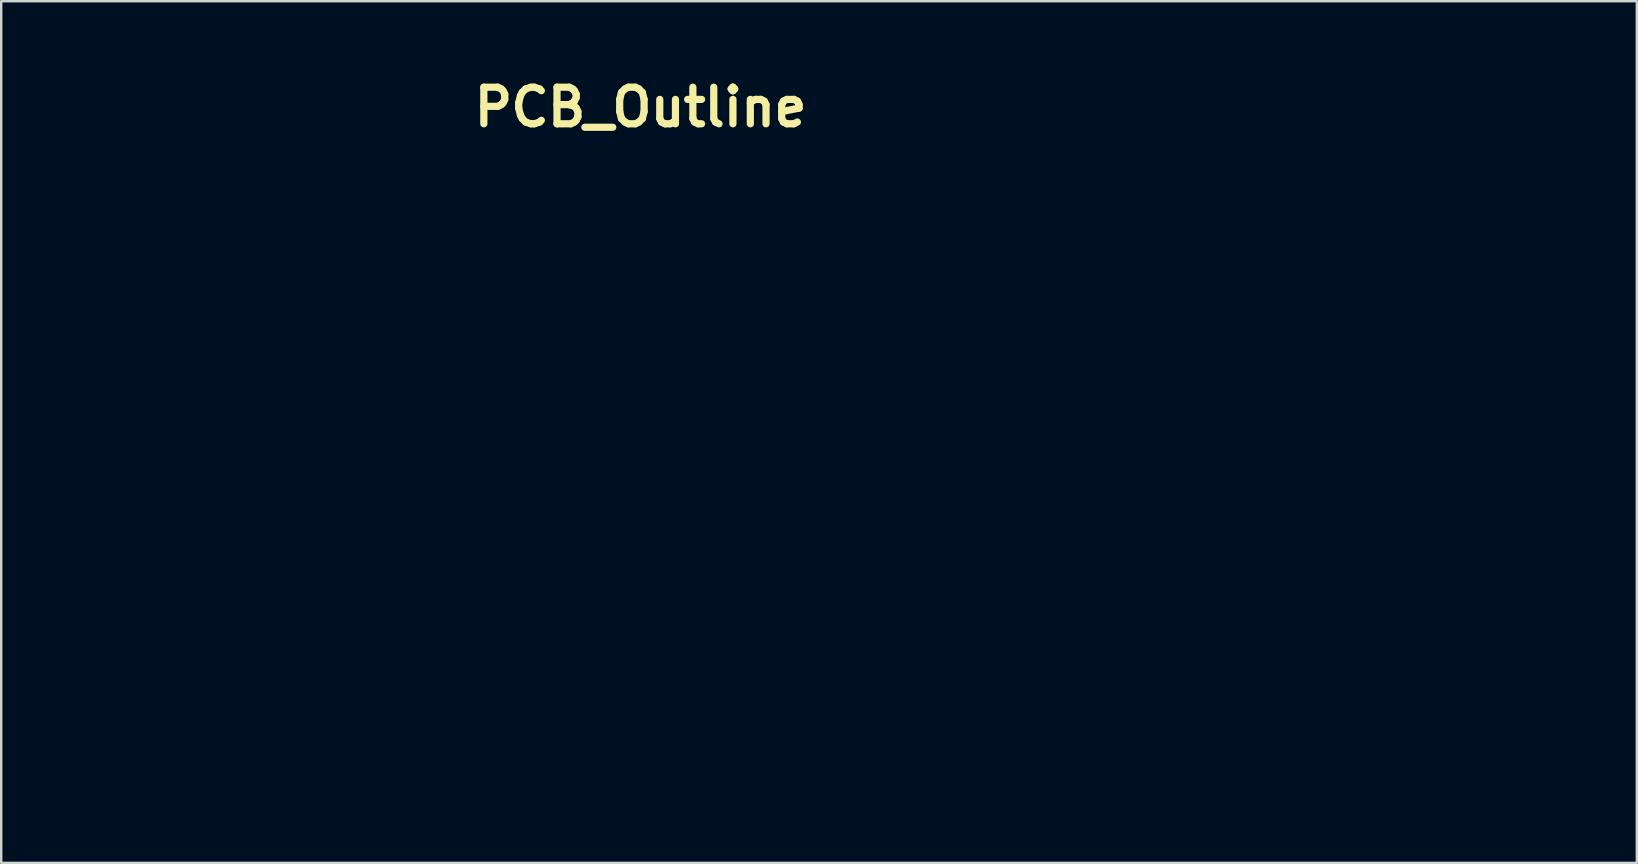
<source format=kicad_pcb>
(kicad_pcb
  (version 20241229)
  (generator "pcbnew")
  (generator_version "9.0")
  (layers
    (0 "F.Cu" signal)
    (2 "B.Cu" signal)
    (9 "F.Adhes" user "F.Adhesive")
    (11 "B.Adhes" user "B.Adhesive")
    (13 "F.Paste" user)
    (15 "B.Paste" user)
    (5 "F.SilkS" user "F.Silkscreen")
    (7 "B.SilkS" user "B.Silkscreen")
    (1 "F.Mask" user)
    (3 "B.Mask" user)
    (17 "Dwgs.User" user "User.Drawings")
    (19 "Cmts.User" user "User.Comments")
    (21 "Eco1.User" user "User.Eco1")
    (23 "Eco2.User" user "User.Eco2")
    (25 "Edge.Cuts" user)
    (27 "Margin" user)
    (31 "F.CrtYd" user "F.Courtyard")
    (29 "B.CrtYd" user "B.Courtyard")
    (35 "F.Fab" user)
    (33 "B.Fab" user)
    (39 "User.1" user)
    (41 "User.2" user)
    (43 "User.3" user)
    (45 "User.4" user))
  (footprint "PCB_Outline"
    (layer "F.Cu")
    (at 31.062 21.028)
    (property "Reference" "PCB_Outline" (at -7.42 -19.61 0) (layer "F.SilkS") (effects (font (size 1.524 1.524) (thickness 0.3))))
    (attr through_hole)
    (fp_poly (pts (xy 31.084 5.176) (xy 27.391 8.869) (xy -27.364 8.869) (xy -28.674 7.559) (xy -25.804 7.559) (xy -25.802 7.708) (xy -25.768 7.851) (xy -25.704 7.971) (xy -25.658 8.022) (xy -25.52 8.106) (xy -25.36 8.151) (xy -25.193 8.153) (xy -25.037 8.111) (xy -25.015 8.1) (xy -24.894 8.01) (xy -24.807 7.885) (xy -24.756 7.738) (xy -24.75 7.638) (xy -23.263 7.638) (xy -23.247 7.788) (xy -23.231 7.84) (xy -23.166 7.951) (xy -23.069 8.052) (xy -22.97 8.117) (xy -22.872 8.143) (xy -22.748 8.153) (xy -22.623 8.148) (xy -22.525 8.126) (xy -22.423 8.067) (xy -22.324 7.974) (xy -22.249 7.867) (xy -22.249 7.867) (xy -22.211 7.745) (xy -22.207 7.631) (xy -20.718 7.631) (xy -20.714 7.743) (xy -20.698 7.823) (xy -20.665 7.894) (xy -20.643 7.93) (xy -20.549 8.042) (xy -20.438 8.112) (xy -20.299 8.145) (xy -20.166 8.149) (xy -20.054 8.141) (xy -19.976 8.124) (xy -19.912 8.093) (xy -19.868 8.062) (xy -19.757 7.946) (xy -19.689 7.808) (xy -19.668 7.686) (xy -18.175 7.686) (xy -18.135 7.847) (xy -18.127 7.867) (xy -18.039 8.004) (xy -17.921 8.096) (xy -17.771 8.146) (xy -17.648 8.155) (xy -17.482 8.137) (xy -17.383 8.101) (xy -17.261 8.011) (xy -17.175 7.891) (xy -17.127 7.752) (xy -17.118 7.629) (xy -15.634 7.629) (xy -15.623 7.77) (xy -15.59 7.867) (xy -15.52 7.968) (xy -15.428 8.058) (xy -15.333 8.12) (xy -15.322 8.125) (xy -15.226 8.146) (xy -15.102 8.153) (xy -14.978 8.143) (xy -14.879 8.119) (xy -14.875 8.118) (xy -14.746 8.035) (xy -14.653 7.921) (xy -14.595 7.786) (xy -14.575 7.639) (xy -14.583 7.561) (xy -13.09 7.561) (xy -13.086 7.718) (xy -13.041 7.867) (xy -12.959 7.996) (xy -12.843 8.092) (xy -12.831 8.099) (xy -12.703 8.141) (xy -12.554 8.155) (xy -12.407 8.138) (xy -12.308 8.103) (xy -12.173 8.006) (xy -12.08 7.875) (xy -12.033 7.717) (xy -12.027 7.634) (xy -12.038 7.562) (xy -10.544 7.562) (xy -10.537 7.713) (xy -10.497 7.859) (xy -10.429 7.981) (xy -10.389 8.023) (xy -10.257 8.108) (xy -10.101 8.152) (xy -9.937 8.154) (xy -9.781 8.112) (xy -9.73 8.086) (xy -9.612 7.987) (xy -9.532 7.858) (xy -9.49 7.708) (xy -9.49 7.674) (xy -8.003 7.674) (xy -7.975 7.818) (xy -7.91 7.948) (xy -7.808 8.054) (xy -7.737 8.097) (xy -7.604 8.141) (xy -7.452 8.155) (xy -7.307 8.139) (xy -7.242 8.118) (xy -7.133 8.049) (xy -7.037 7.95) (xy -6.976 7.845) (xy -6.959 7.769) (xy -6.948 7.672) (xy -6.947 7.634) (xy -5.463 7.634) (xy -5.447 7.757) (xy -5.405 7.881) (xy -5.345 7.984) (xy -5.31 8.022) (xy -5.176 8.104) (xy -5.019 8.149) (xy -4.855 8.154) (xy -4.703 8.117) (xy -4.674 8.103) (xy -4.56 8.03) (xy -4.481 7.938) (xy -4.436 7.846) (xy -4.398 7.693) (xy -4.401 7.634) (xy -2.911 7.634) (xy -2.905 7.732) (xy -2.889 7.82) (xy -2.881 7.845) (xy -2.82 7.95) (xy -2.727 8.048) (xy -2.623 8.116) (xy -2.622 8.117) (xy -2.5 8.148) (xy -2.355 8.152) (xy -2.211 8.13) (xy -2.123 8.098) (xy -2.001 8.011) (xy -1.914 7.889) (xy -1.864 7.745) (xy -1.86 7.669) (xy -0.373 7.669) (xy -0.344 7.816) (xy -0.276 7.95) (xy -0.168 8.061) (xy -0.131 8.086) (xy -0.059 8.125) (xy 0.007 8.146) (xy 0.089 8.152) (xy 0.181 8.15) (xy 0.295 8.141) (xy 0.374 8.124) (xy 0.439 8.091) (xy 0.476 8.064) (xy 0.586 7.948) (xy 0.658 7.803) (xy 0.689 7.642) (xy 0.682 7.559) (xy 2.178 7.559) (xy 2.179 7.708) (xy 2.213 7.851) (xy 2.277 7.971) (xy 2.323 8.022) (xy 2.461 8.106) (xy 2.622 8.151) (xy 2.788 8.153) (xy 2.944 8.111) (xy 2.967 8.1) (xy 3.087 8.01) (xy 3.174 7.885) (xy 3.225 7.738) (xy 3.235 7.581) (xy 3.2 7.427) (xy 3.192 7.409) (xy 3.106 7.273) (xy 2.99 7.177) (xy 2.855 7.118) (xy 2.709 7.098) (xy 2.564 7.116) (xy 2.427 7.172) (xy 2.31 7.266) (xy 2.222 7.398) (xy 2.212 7.42) (xy 2.178 7.559) (xy 0.682 7.559) (xy 0.675 7.481) (xy 0.657 7.423) (xy 0.598 7.32) (xy 0.505 7.221) (xy 0.398 7.146) (xy 0.398 7.146) (xy 0.283 7.111) (xy 0.144 7.103) (xy 0.003 7.123) (xy -0.101 7.161) (xy -0.226 7.255) (xy -0.314 7.377) (xy -0.363 7.519) (xy -0.373 7.669) (xy -1.86 7.669) (xy -1.855 7.59) (xy -1.889 7.434) (xy -1.923 7.359) (xy -2.019 7.238) (xy -2.141 7.155) (xy -2.281 7.11) (xy -2.429 7.103) (xy -2.573 7.132) (xy -2.704 7.197) (xy -2.811 7.298) (xy -2.881 7.423) (xy -2.899 7.498) (xy -2.91 7.596) (xy -2.911 7.634) (xy -4.401 7.634) (xy -4.405 7.535) (xy -4.453 7.386) (xy -4.538 7.26) (xy -4.59 7.214) (xy -4.736 7.132) (xy -4.888 7.099) (xy -5.039 7.109) (xy -5.179 7.159) (xy -5.299 7.245) (xy -5.392 7.363) (xy -5.449 7.508) (xy -5.463 7.634) (xy -6.947 7.634) (xy -6.953 7.536) (xy -6.969 7.448) (xy -6.976 7.423) (xy -7.054 7.291) (xy -7.167 7.191) (xy -7.306 7.126) (xy -7.459 7.1) (xy -7.615 7.117) (xy -7.743 7.168) (xy -7.864 7.263) (xy -7.948 7.386) (xy -7.994 7.526) (xy -8.003 7.674) (xy -9.49 7.674) (xy -9.49 7.551) (xy -9.532 7.397) (xy -9.589 7.297) (xy -9.684 7.206) (xy -9.813 7.141) (xy -9.96 7.106) (xy -10.108 7.104) (xy -10.24 7.139) (xy -10.256 7.146) (xy -10.363 7.221) (xy -10.455 7.32) (xy -10.515 7.422) (xy -10.515 7.423) (xy -10.544 7.562) (xy -12.038 7.562) (xy -12.052 7.465) (xy -12.124 7.32) (xy -12.236 7.205) (xy -12.385 7.129) (xy -12.406 7.122) (xy -12.575 7.099) (xy -12.734 7.124) (xy -12.876 7.195) (xy -12.99 7.307) (xy -13.05 7.409) (xy -13.09 7.561) (xy -14.583 7.561) (xy -14.591 7.492) (xy -14.645 7.355) (xy -14.737 7.237) (xy -14.83 7.169) (xy -14.984 7.111) (xy -15.143 7.101) (xy -15.298 7.135) (xy -15.435 7.211) (xy -15.544 7.326) (xy -15.563 7.355) (xy -15.614 7.483) (xy -15.634 7.629) (xy -17.118 7.629) (xy -17.117 7.604) (xy -17.143 7.458) (xy -17.205 7.324) (xy -17.305 7.213) (xy -17.399 7.152) (xy -17.516 7.116) (xy -17.652 7.103) (xy -17.786 7.113) (xy -17.89 7.146) (xy -18.021 7.243) (xy -18.114 7.373) (xy -18.167 7.524) (xy -18.175 7.686) (xy -19.668 7.686) (xy -19.663 7.657) (xy -19.677 7.504) (xy -19.732 7.36) (xy -19.825 7.236) (xy -19.949 7.146) (xy -20.025 7.121) (xy -20.126 7.105) (xy -20.183 7.101) (xy -20.355 7.123) (xy -20.501 7.193) (xy -20.622 7.311) (xy -20.636 7.33) (xy -20.682 7.402) (xy -20.707 7.47) (xy -20.717 7.554) (xy -20.718 7.631) (xy -22.207 7.631) (xy -22.206 7.602) (xy -22.232 7.458) (xy -22.276 7.355) (xy -22.376 7.233) (xy -22.504 7.151) (xy -22.648 7.107) (xy -22.798 7.103) (xy -22.944 7.139) (xy -23.075 7.214) (xy -23.18 7.328) (xy -23.194 7.351) (xy -23.245 7.484) (xy -23.263 7.638) (xy -24.75 7.638) (xy -24.747 7.581) (xy -24.782 7.427) (xy -24.789 7.409) (xy -24.876 7.273) (xy -24.991 7.177) (xy -25.127 7.118) (xy -25.272 7.098) (xy -25.418 7.116) (xy -25.554 7.172) (xy -25.671 7.266) (xy -25.76 7.398) (xy -25.769 7.42) (xy -25.804 7.559) (xy -28.674 7.559) (xy -31.057 5.176) (xy -31.057 2.631) (xy -29.711 2.631) (xy -29.689 2.917) (xy -29.622 3.176) (xy -29.506 3.414) (xy -29.339 3.638) (xy -29.259 3.723) (xy -29.038 3.909) (xy -28.794 4.046) (xy -28.531 4.133) (xy -28.252 4.168) (xy -27.962 4.151) (xy -27.858 4.132) (xy -27.581 4.047) (xy -27.333 3.918) (xy -27.118 3.747) (xy -27.063 3.683) (xy -21.691 3.683) (xy -21.688 3.822) (xy -21.654 3.942) (xy -21.633 3.981) (xy -21.564 4.062) (xy -21.482 4.134) (xy -21.473 4.141) (xy -21.364 4.186) (xy -21.231 4.202) (xy -21.092 4.188) (xy -20.968 4.146) (xy -20.927 4.121) (xy -20.824 4.017) (xy -20.76 3.888) (xy -20.737 3.746) (xy -20.743 3.683) (xy -18.918 3.683) (xy -18.914 3.822) (xy -18.881 3.942) (xy -18.86 3.981) (xy -18.791 4.062) (xy -18.709 4.134) (xy -18.699 4.141) (xy -18.591 4.186) (xy -18.457 4.202) (xy -18.318 4.188) (xy -18.194 4.146) (xy -18.154 4.121) (xy -18.05 4.017) (xy -17.987 3.888) (xy -17.963 3.746) (xy -17.965 3.726) (xy -16.132 3.726) (xy -16.123 3.868) (xy -16.091 3.974) (xy -16.027 4.06) (xy -15.924 4.142) (xy -15.818 4.186) (xy -15.685 4.202) (xy -15.547 4.188) (xy -15.424 4.147) (xy -15.38 4.121) (xy -15.309 4.052) (xy -15.248 3.964) (xy -15.237 3.943) (xy -15.192 3.786) (xy -15.194 3.639) (xy -13.366 3.639) (xy -13.364 3.814) (xy -13.319 3.964) (xy -13.233 4.083) (xy -13.113 4.164) (xy -13.005 4.192) (xy -12.873 4.196) (xy -12.742 4.177) (xy -12.633 4.137) (xy -12.609 4.123) (xy -12.504 4.017) (xy -12.439 3.888) (xy -12.415 3.746) (xy -12.426 3.639) (xy -10.593 3.639) (xy -10.591 3.814) (xy -10.545 3.964) (xy -10.46 4.083) (xy -10.34 4.164) (xy -10.231 4.192) (xy -10.1 4.196) (xy -9.968 4.177) (xy -9.859 4.137) (xy -9.836 4.123) (xy -9.73 4.017) (xy -9.666 3.888) (xy -9.641 3.746) (xy -9.656 3.603) (xy -9.71 3.471) (xy -9.802 3.36) (xy -9.884 3.303) (xy -10.032 3.252) (xy -10.18 3.246) (xy -10.319 3.282) (xy -10.44 3.355) (xy -10.531 3.46) (xy -10.585 3.594) (xy -10.593 3.639) (xy -12.426 3.639) (xy -12.43 3.603) (xy -12.484 3.471) (xy -12.575 3.36) (xy -12.658 3.303) (xy -12.806 3.252) (xy -12.954 3.246) (xy -13.093 3.282) (xy -13.213 3.355) (xy -13.305 3.46) (xy -13.359 3.594) (xy -13.366 3.639) (xy -15.194 3.639) (xy -15.194 3.638) (xy -15.239 3.504) (xy -15.319 3.391) (xy -15.428 3.306) (xy -15.558 3.254) (xy -15.705 3.244) (xy -15.861 3.281) (xy -15.888 3.293) (xy -16.005 3.364) (xy -16.081 3.459) (xy -16.122 3.585) (xy -16.132 3.726) (xy -17.965 3.726) (xy -17.978 3.603) (xy -18.032 3.471) (xy -18.123 3.36) (xy -18.205 3.303) (xy -18.351 3.253) (xy -18.504 3.248) (xy -18.65 3.286) (xy -18.775 3.364) (xy -18.839 3.435) (xy -18.893 3.548) (xy -18.918 3.683) (xy -20.743 3.683) (xy -20.752 3.603) (xy -20.805 3.471) (xy -20.896 3.36) (xy -20.978 3.303) (xy -21.125 3.253) (xy -21.278 3.248) (xy -21.423 3.286) (xy -21.548 3.364) (xy -21.613 3.435) (xy -21.666 3.548) (xy -21.691 3.683) (xy -27.063 3.683) (xy -26.939 3.539) (xy -26.799 3.297) (xy -26.702 3.025) (xy -26.663 2.83) (xy -26.652 2.568) (xy -26.657 2.533) (xy -4.689 2.533) (xy -4.684 2.801) (xy -4.631 3.066) (xy -4.531 3.319) (xy -4.385 3.557) (xy -4.24 3.724) (xy -4.025 3.901) (xy -3.782 4.035) (xy -3.517 4.124) (xy -3.239 4.166) (xy -2.956 4.158) (xy -2.868 4.144) (xy -2.766 4.118) (xy -2.639 4.074) (xy -2.509 4.021) (xy -2.471 4.003) (xy -2.234 3.861) (xy -2.034 3.685) (xy -1.872 3.48) (xy -1.75 3.252) (xy -1.668 3.008) (xy -1.628 2.754) (xy -1.628 2.694) (xy 1.652 2.694) (xy 1.657 2.839) (xy 1.67 2.954) (xy 1.673 2.969) (xy 1.753 3.225) (xy 1.881 3.463) (xy 2.049 3.677) (xy 2.252 3.86) (xy 2.483 4.006) (xy 2.736 4.108) (xy 2.828 4.133) (xy 3.021 4.159) (xy 3.239 4.16) (xy 3.459 4.138) (xy 3.654 4.094) (xy 3.909 3.987) (xy 4.132 3.841) (xy 4.192 3.783) (xy 9.662 3.783) (xy 9.701 3.932) (xy 9.78 4.055) (xy 9.893 4.144) (xy 10.036 4.194) (xy 10.126 4.201) (xy 10.231 4.193) (xy 10.331 4.171) (xy 10.369 4.157) (xy 10.487 4.073) (xy 10.569 3.957) (xy 10.614 3.821) (xy 10.615 3.808) (xy 12.442 3.808) (xy 12.45 3.882) (xy 12.475 3.942) (xy 12.499 3.981) (xy 12.568 4.062) (xy 12.65 4.134) (xy 12.659 4.141) (xy 12.768 4.186) (xy 12.901 4.202) (xy 13.04 4.188) (xy 13.164 4.146) (xy 13.205 4.121) (xy 13.276 4.052) (xy 13.337 3.964) (xy 13.348 3.943) (xy 13.387 3.808) (xy 15.215 3.808) (xy 15.224 3.882) (xy 15.248 3.942) (xy 15.273 3.981) (xy 15.341 4.062) (xy 15.423 4.134) (xy 15.433 4.141) (xy 15.541 4.186) (xy 15.675 4.202) (xy 15.814 4.188) (xy 15.938 4.146) (xy 15.978 4.121) (xy 16.05 4.052) (xy 16.111 3.964) (xy 16.121 3.943) (xy 16.161 3.808) (xy 17.989 3.808) (xy 17.997 3.882) (xy 18.021 3.942) (xy 18.046 3.981) (xy 18.115 4.062) (xy 18.197 4.134) (xy 18.206 4.141) (xy 18.315 4.186) (xy 18.448 4.202) (xy 18.587 4.188) (xy 18.711 4.146) (xy 18.752 4.121) (xy 18.823 4.052) (xy 18.884 3.964) (xy 18.895 3.943) (xy 18.94 3.787) (xy 18.939 3.683) (xy 20.761 3.683) (xy 20.765 3.822) (xy 20.798 3.942) (xy 20.819 3.981) (xy 20.888 4.062) (xy 20.97 4.134) (xy 20.98 4.141) (xy 21.088 4.186) (xy 21.222 4.202) (xy 21.361 4.188) (xy 21.485 4.146) (xy 21.525 4.121) (xy 21.628 4.016) (xy 21.692 3.883) (xy 21.716 3.733) (xy 21.695 3.581) (xy 21.657 3.486) (xy 21.568 3.371) (xy 21.449 3.292) (xy 21.311 3.251) (xy 21.167 3.248) (xy 21.029 3.285) (xy 20.907 3.361) (xy 20.84 3.435) (xy 20.786 3.548) (xy 20.761 3.683) (xy 18.939 3.683) (xy 18.938 3.64) (xy 18.894 3.506) (xy 18.816 3.393) (xy 18.71 3.308) (xy 18.582 3.256) (xy 18.439 3.244) (xy 18.288 3.278) (xy 18.234 3.302) (xy 18.12 3.374) (xy 18.047 3.459) (xy 18.007 3.571) (xy 17.991 3.701) (xy 17.989 3.808) (xy 16.161 3.808) (xy 16.167 3.787) (xy 16.164 3.64) (xy 16.121 3.506) (xy 16.043 3.393) (xy 15.936 3.308) (xy 15.808 3.256) (xy 15.665 3.244) (xy 15.514 3.278) (xy 15.46 3.302) (xy 15.347 3.374) (xy 15.274 3.459) (xy 15.233 3.571) (xy 15.218 3.701) (xy 15.215 3.808) (xy 13.387 3.808) (xy 13.393 3.787) (xy 13.391 3.64) (xy 13.347 3.506) (xy 13.269 3.393) (xy 13.163 3.308) (xy 13.035 3.256) (xy 12.892 3.244) (xy 12.741 3.278) (xy 12.687 3.302) (xy 12.573 3.374) (xy 12.501 3.459) (xy 12.46 3.571) (xy 12.444 3.701) (xy 12.442 3.808) (xy 10.615 3.808) (xy 10.62 3.676) (xy 10.585 3.535) (xy 10.509 3.413) (xy 10.382 3.306) (xy 10.239 3.25) (xy 10.085 3.246) (xy 9.926 3.296) (xy 9.913 3.302) (xy 9.785 3.39) (xy 9.704 3.501) (xy 9.668 3.615) (xy 9.662 3.783) (xy 4.192 3.783) (xy 4.321 3.66) (xy 4.475 3.451) (xy 4.591 3.219) (xy 4.667 2.971) (xy 4.702 2.712) (xy 4.695 2.513) (xy 26.67 2.513) (xy 26.67 2.772) (xy 26.714 3.026) (xy 26.799 3.27) (xy 26.926 3.497) (xy 27.092 3.701) (xy 27.297 3.876) (xy 27.515 4.004) (xy 27.754 4.102) (xy 27.98 4.157) (xy 28.21 4.171) (xy 28.462 4.146) (xy 28.473 4.144) (xy 28.699 4.084) (xy 28.926 3.982) (xy 29.137 3.849) (xy 29.281 3.726) (xy 29.464 3.51) (xy 29.599 3.273) (xy 29.686 3.01) (xy 29.729 2.718) (xy 29.721 2.433) (xy 29.661 2.159) (xy 29.551 1.901) (xy 29.392 1.666) (xy 29.275 1.538) (xy 29.102 1.386) (xy 28.93 1.276) (xy 28.739 1.194) (xy 28.597 1.153) (xy 28.311 1.105) (xy 28.03 1.111) (xy 27.805 1.153) (xy 27.598 1.218) (xy 27.423 1.302) (xy 27.26 1.418) (xy 27.116 1.551) (xy 26.935 1.768) (xy 26.801 2.005) (xy 26.713 2.255) (xy 26.67 2.513) (xy 4.695 2.513) (xy 4.693 2.448) (xy 4.639 2.186) (xy 4.538 1.93) (xy 4.432 1.751) (xy 4.257 1.54) (xy 4.053 1.371) (xy 3.826 1.243) (xy 3.583 1.157) (xy 3.329 1.111) (xy 3.071 1.107) (xy 2.816 1.143) (xy 2.57 1.221) (xy 2.34 1.339) (xy 2.131 1.498) (xy 1.95 1.697) (xy 1.887 1.789) (xy 1.778 1.986) (xy 1.706 2.181) (xy 1.666 2.396) (xy 1.654 2.54) (xy 1.652 2.694) (xy -1.628 2.694) (xy -1.629 2.496) (xy -1.673 2.24) (xy -1.76 1.992) (xy -1.892 1.758) (xy -2.069 1.544) (xy -2.125 1.49) (xy -2.318 1.34) (xy -2.527 1.23) (xy -2.762 1.153) (xy -3.047 1.105) (xy -3.329 1.111) (xy -3.554 1.153) (xy -3.76 1.217) (xy -3.935 1.302) (xy -4.098 1.418) (xy -4.242 1.552) (xy -4.425 1.77) (xy -4.56 2.011) (xy -4.648 2.268) (xy -4.689 2.533) (xy -26.657 2.533) (xy -26.687 2.304) (xy -26.766 2.046) (xy -26.884 1.807) (xy -27.037 1.597) (xy -27.153 1.481) (xy -27.286 1.385) (xy -27.452 1.29) (xy -27.632 1.207) (xy -27.805 1.146) (xy -27.894 1.124) (xy -28.154 1.1) (xy -28.424 1.122) (xy -28.689 1.187) (xy -28.933 1.293) (xy -29.017 1.343) (xy -29.247 1.523) (xy -29.432 1.736) (xy -29.572 1.976) (xy -29.665 2.242) (xy -29.708 2.529) (xy -29.711 2.631) (xy -31.057 2.631) (xy -31.057 0.872) (xy -20.32 0.872) (xy -20.302 0.987) (xy -20.256 1.111) (xy -20.194 1.212) (xy -20.189 1.218) (xy -20.118 1.274) (xy -20.019 1.326) (xy -19.917 1.362) (xy -19.853 1.372) (xy -19.782 1.365) (xy -19.692 1.347) (xy -19.675 1.342) (xy -19.548 1.281) (xy -19.45 1.183) (xy -19.384 1.059) (xy -19.36 0.952) (xy -17.538 0.952) (xy -17.504 1.064) (xy -17.441 1.182) (xy -17.359 1.265) (xy -17.258 1.321) (xy -17.146 1.361) (xy -17.041 1.369) (xy -16.916 1.346) (xy -16.902 1.342) (xy -16.77 1.281) (xy -16.672 1.187) (xy -16.609 1.07) (xy -16.58 0.939) (xy -16.582 0.872) (xy -14.773 0.872) (xy -14.755 0.987) (xy -14.709 1.111) (xy -14.647 1.212) (xy -14.642 1.218) (xy -14.534 1.301) (xy -14.397 1.35) (xy -14.247 1.361) (xy -14.099 1.333) (xy -14.035 1.306) (xy -13.924 1.22) (xy -13.848 1.102) (xy -13.808 0.965) (xy -13.807 0.952) (xy -11.991 0.952) (xy -11.958 1.064) (xy -11.894 1.182) (xy -11.812 1.265) (xy -11.711 1.321) (xy -11.559 1.367) (xy -11.411 1.358) (xy -11.286 1.311) (xy -11.161 1.226) (xy -11.08 1.118) (xy -11.037 0.993) (xy -11.026 0.835) (xy -11.026 0.833) (xy 11.043 0.833) (xy 11.047 0.988) (xy 11.102 1.127) (xy 11.204 1.244) (xy 11.327 1.323) (xy 11.466 1.361) (xy 11.618 1.355) (xy 11.763 1.306) (xy 11.808 1.28) (xy 11.915 1.178) (xy 11.979 1.042) (xy 11.998 0.893) (xy 13.812 0.893) (xy 13.832 1.005) (xy 13.882 1.125) (xy 13.95 1.224) (xy 13.968 1.241) (xy 14.096 1.322) (xy 14.245 1.36) (xy 14.399 1.353) (xy 14.546 1.301) (xy 14.581 1.28) (xy 14.682 1.183) (xy 14.746 1.06) (xy 14.773 0.921) (xy 14.768 0.834) (xy 16.591 0.834) (xy 16.597 0.968) (xy 16.641 1.098) (xy 16.724 1.214) (xy 16.85 1.308) (xy 16.86 1.313) (xy 17.009 1.36) (xy 17.164 1.357) (xy 17.314 1.304) (xy 17.354 1.28) (xy 17.462 1.178) (xy 17.525 1.044) (xy 17.546 0.875) (xy 17.546 0.875) (xy 17.54 0.834) (xy 19.364 0.834) (xy 19.37 0.968) (xy 19.413 1.097) (xy 19.496 1.212) (xy 19.621 1.305) (xy 19.633 1.311) (xy 19.744 1.357) (xy 19.846 1.37) (xy 19.964 1.353) (xy 20.004 1.342) (xy 20.129 1.281) (xy 20.232 1.179) (xy 20.301 1.051) (xy 20.315 1.002) (xy 20.327 0.833) (xy 20.291 0.684) (xy 20.214 0.559) (xy 20.101 0.467) (xy 19.956 0.413) (xy 19.836 0.402) (xy 19.681 0.427) (xy 19.555 0.492) (xy 19.459 0.587) (xy 19.395 0.704) (xy 19.364 0.834) (xy 17.54 0.834) (xy 17.522 0.71) (xy 17.455 0.575) (xy 17.348 0.477) (xy 17.208 0.418) (xy 17.062 0.402) (xy 16.908 0.427) (xy 16.781 0.492) (xy 16.685 0.587) (xy 16.621 0.704) (xy 16.591 0.834) (xy 14.768 0.834) (xy 14.765 0.779) (xy 14.722 0.645) (xy 14.644 0.532) (xy 14.534 0.451) (xy 14.393 0.409) (xy 14.243 0.405) (xy 14.1 0.438) (xy 13.98 0.506) (xy 13.944 0.541) (xy 13.88 0.639) (xy 13.832 0.763) (xy 13.812 0.884) (xy 13.812 0.893) (xy 11.998 0.893) (xy 12 0.878) (xy 11.977 0.725) (xy 11.915 0.598) (xy 11.822 0.501) (xy 11.707 0.433) (xy 11.579 0.399) (xy 11.447 0.399) (xy 11.319 0.436) (xy 11.205 0.511) (xy 11.113 0.627) (xy 11.091 0.671) (xy 11.043 0.833) (xy -11.026 0.833) (xy -11.063 0.69) (xy -11.139 0.567) (xy -11.248 0.472) (xy -11.382 0.413) (xy -11.534 0.398) (xy -11.619 0.41) (xy -11.759 0.46) (xy -11.864 0.546) (xy -11.938 0.66) (xy -11.991 0.808) (xy -11.991 0.952) (xy -13.807 0.952) (xy -13.805 0.82) (xy -13.841 0.68) (xy -13.918 0.556) (xy -13.937 0.536) (xy -14.058 0.452) (xy -14.203 0.407) (xy -14.355 0.403) (xy -14.501 0.442) (xy -14.579 0.487) (xy -14.651 0.563) (xy -14.715 0.67) (xy -14.76 0.786) (xy -14.773 0.872) (xy -16.582 0.872) (xy -16.584 0.803) (xy -16.622 0.674) (xy -16.694 0.559) (xy -16.798 0.469) (xy -16.925 0.416) (xy -17.093 0.398) (xy -17.244 0.43) (xy -17.372 0.51) (xy -17.472 0.636) (xy -17.485 0.66) (xy -17.537 0.808) (xy -17.538 0.952) (xy -19.36 0.952) (xy -19.353 0.92) (xy -19.359 0.778) (xy -19.405 0.643) (xy -19.482 0.538) (xy -19.604 0.452) (xy -19.75 0.407) (xy -19.903 0.403) (xy -20.048 0.443) (xy -20.126 0.487) (xy -20.198 0.563) (xy -20.262 0.67) (xy -20.307 0.786) (xy -20.32 0.872) (xy -31.057 0.872) (xy -31.057 -7.628) (xy -25.811 -7.628) (xy -25.786 -7.462) (xy -25.714 -7.318) (xy -25.604 -7.204) (xy -25.461 -7.129) (xy -25.451 -7.126) (xy -25.354 -7.098) (xy -25.283 -7.089) (xy -25.212 -7.097) (xy -25.139 -7.115) (xy -24.982 -7.184) (xy -24.861 -7.29) (xy -24.781 -7.428) (xy -24.747 -7.589) (xy -24.748 -7.606) (xy -23.266 -7.606) (xy -23.239 -7.452) (xy -23.173 -7.319) (xy -23.074 -7.212) (xy -22.949 -7.138) (xy -22.805 -7.101) (xy -22.649 -7.106) (xy -22.488 -7.159) (xy -22.448 -7.181) (xy -22.328 -7.28) (xy -22.247 -7.414) (xy -22.208 -7.575) (xy -22.207 -7.591) (xy -20.726 -7.591) (xy -20.692 -7.441) (xy -20.613 -7.301) (xy -20.569 -7.251) (xy -20.486 -7.183) (xy -20.396 -7.131) (xy -20.358 -7.117) (xy -20.224 -7.1) (xy -20.081 -7.11) (xy -19.955 -7.147) (xy -19.925 -7.162) (xy -19.858 -7.213) (xy -19.785 -7.284) (xy -19.762 -7.312) (xy -19.69 -7.441) (xy -19.662 -7.589) (xy -19.667 -7.652) (xy -18.176 -7.652) (xy -18.16 -7.496) (xy -18.101 -7.35) (xy -18 -7.225) (xy -17.985 -7.212) (xy -17.91 -7.16) (xy -17.837 -7.126) (xy -17.826 -7.123) (xy -17.761 -7.108) (xy -17.725 -7.097) (xy -17.666 -7.092) (xy -17.578 -7.103) (xy -17.479 -7.126) (xy -17.393 -7.156) (xy -17.387 -7.159) (xy -17.266 -7.244) (xy -17.18 -7.36) (xy -17.13 -7.497) (xy -17.118 -7.632) (xy -15.633 -7.632) (xy -15.61 -7.465) (xy -15.543 -7.324) (xy -15.442 -7.214) (xy -15.315 -7.138) (xy -15.168 -7.101) (xy -15.01 -7.107) (xy -14.849 -7.162) (xy -14.814 -7.181) (xy -14.699 -7.276) (xy -14.621 -7.402) (xy -14.58 -7.548) (xy -14.578 -7.683) (xy -13.089 -7.683) (xy -13.082 -7.514) (xy -13.027 -7.363) (xy -12.929 -7.238) (xy -12.796 -7.147) (xy -12.714 -7.117) (xy -12.625 -7.095) (xy -12.555 -7.09) (xy -12.478 -7.102) (xy -12.395 -7.125) (xy -12.251 -7.194) (xy -12.139 -7.301) (xy -12.063 -7.436) (xy -12.028 -7.588) (xy -12.029 -7.603) (xy -10.543 -7.603) (xy -10.525 -7.46) (xy -10.507 -7.406) (xy -10.453 -7.318) (xy -10.37 -7.231) (xy -10.277 -7.161) (xy -10.194 -7.124) (xy -10.129 -7.108) (xy -10.091 -7.097) (xy -10.029 -7.092) (xy -9.937 -7.105) (xy -9.836 -7.132) (xy -9.748 -7.167) (xy -9.626 -7.257) (xy -9.542 -7.377) (xy -9.495 -7.516) (xy -9.487 -7.634) (xy -8.002 -7.634) (xy -7.984 -7.488) (xy -7.934 -7.353) (xy -7.861 -7.247) (xy -7.812 -7.205) (xy -7.654 -7.13) (xy -7.489 -7.099) (xy -7.328 -7.114) (xy -7.222 -7.153) (xy -7.127 -7.222) (xy -7.039 -7.317) (xy -6.98 -7.414) (xy -6.976 -7.423) (xy -6.959 -7.498) (xy -6.948 -7.596) (xy -6.947 -7.628) (xy -5.464 -7.628) (xy -5.437 -7.465) (xy -5.365 -7.321) (xy -5.254 -7.205) (xy -5.111 -7.127) (xy -5.08 -7.117) (xy -4.986 -7.094) (xy -4.914 -7.09) (xy -4.832 -7.104) (xy -4.792 -7.115) (xy -4.637 -7.183) (xy -4.515 -7.291) (xy -4.433 -7.43) (xy -4.395 -7.591) (xy -4.395 -7.606) (xy -2.909 -7.606) (xy -2.895 -7.478) (xy -2.874 -7.406) (xy -2.819 -7.318) (xy -2.736 -7.231) (xy -2.643 -7.161) (xy -2.56 -7.124) (xy -2.495 -7.108) (xy -2.458 -7.097) (xy -2.393 -7.092) (xy -2.299 -7.106) (xy -2.196 -7.135) (xy -2.104 -7.174) (xy -2.102 -7.175) (xy -1.985 -7.268) (xy -1.906 -7.39) (xy -1.863 -7.53) (xy -1.862 -7.549) (xy -0.368 -7.549) (xy -0.324 -7.395) (xy -0.313 -7.374) (xy -0.219 -7.249) (xy -0.092 -7.159) (xy 0.056 -7.107) (xy 0.213 -7.097) (xy 0.368 -7.133) (xy 0.412 -7.153) (xy 0.507 -7.222) (xy 0.594 -7.317) (xy 0.654 -7.414) (xy 0.657 -7.423) (xy 0.684 -7.55) (xy 0.682 -7.628) (xy 2.17 -7.628) (xy 2.196 -7.462) (xy 2.267 -7.318) (xy 2.377 -7.204) (xy 2.52 -7.129) (xy 2.53 -7.126) (xy 2.627 -7.098) (xy 2.699 -7.089) (xy 2.769 -7.097) (xy 2.842 -7.115) (xy 2.999 -7.184) (xy 3.12 -7.29) (xy 3.2 -7.428) (xy 3.234 -7.589) (xy 3.232 -7.683) (xy 3.19 -7.853) (xy 3.107 -7.989) (xy 2.987 -8.087) (xy 2.834 -8.143) (xy 2.705 -8.155) (xy 2.53 -8.132) (xy 2.384 -8.065) (xy 2.272 -7.959) (xy 2.199 -7.819) (xy 2.17 -7.65) (xy 2.17 -7.628) (xy 0.682 -7.628) (xy 0.681 -7.695) (xy 0.652 -7.831) (xy 0.632 -7.88) (xy 0.543 -8.01) (xy 0.426 -8.096) (xy 0.276 -8.142) (xy 0.189 -8.151) (xy 0.08 -8.154) (xy 0.003 -8.145) (xy -0.066 -8.12) (xy -0.123 -8.089) (xy -0.241 -7.989) (xy -0.323 -7.858) (xy -0.367 -7.707) (xy -0.368 -7.549) (xy -1.862 -7.549) (xy -1.857 -7.678) (xy -1.886 -7.822) (xy -1.952 -7.951) (xy -2.053 -8.056) (xy -2.123 -8.098) (xy -2.258 -8.141) (xy -2.41 -8.155) (xy -2.555 -8.138) (xy -2.616 -8.118) (xy -2.725 -8.049) (xy -2.821 -7.95) (xy -2.881 -7.845) (xy -2.905 -7.737) (xy -2.909 -7.606) (xy -4.395 -7.606) (xy -4.394 -7.628) (xy -4.417 -7.8) (xy -4.485 -7.943) (xy -4.593 -8.054) (xy -4.735 -8.126) (xy -4.906 -8.155) (xy -4.929 -8.155) (xy -5.104 -8.132) (xy -5.25 -8.065) (xy -5.362 -7.959) (xy -5.435 -7.819) (xy -5.464 -7.65) (xy -5.464 -7.628) (xy -6.947 -7.628) (xy -6.947 -7.634) (xy -6.97 -7.809) (xy -7.036 -7.953) (xy -7.142 -8.061) (xy -7.284 -8.129) (xy -7.459 -8.155) (xy -7.473 -8.155) (xy -7.646 -8.132) (xy -7.791 -8.064) (xy -7.902 -7.958) (xy -7.974 -7.819) (xy -8.002 -7.653) (xy -8.002 -7.634) (xy -9.487 -7.634) (xy -9.485 -7.664) (xy -9.513 -7.81) (xy -9.579 -7.943) (xy -9.683 -8.054) (xy -9.735 -8.089) (xy -9.811 -8.129) (xy -9.88 -8.149) (xy -9.964 -8.154) (xy -10.047 -8.151) (xy -10.216 -8.123) (xy -10.348 -8.057) (xy -10.449 -7.949) (xy -10.49 -7.88) (xy -10.531 -7.752) (xy -10.543 -7.603) (xy -12.029 -7.603) (xy -12.039 -7.748) (xy -12.069 -7.846) (xy -12.155 -7.989) (xy -12.274 -8.088) (xy -12.426 -8.143) (xy -12.563 -8.155) (xy -12.737 -8.132) (xy -12.882 -8.064) (xy -12.992 -7.955) (xy -13.064 -7.809) (xy -13.089 -7.683) (xy -14.578 -7.683) (xy -14.578 -7.701) (xy -14.616 -7.849) (xy -14.696 -7.982) (xy -14.713 -8.001) (xy -14.836 -8.096) (xy -14.985 -8.146) (xy -15.1 -8.155) (xy -15.252 -8.142) (xy -15.374 -8.096) (xy -15.469 -8.023) (xy -15.567 -7.904) (xy -15.62 -7.771) (xy -15.633 -7.632) (xy -17.118 -7.632) (xy -17.117 -7.644) (xy -17.139 -7.79) (xy -17.197 -7.925) (xy -17.292 -8.038) (xy -17.389 -8.104) (xy -17.524 -8.147) (xy -17.676 -8.156) (xy -17.826 -8.132) (xy -17.953 -8.075) (xy -17.971 -8.062) (xy -18.082 -7.946) (xy -18.15 -7.805) (xy -18.176 -7.652) (xy -19.667 -7.652) (xy -19.674 -7.743) (xy -19.726 -7.889) (xy -19.815 -8.015) (xy -19.867 -8.062) (xy -19.989 -8.124) (xy -20.136 -8.154) (xy -20.289 -8.151) (xy -20.429 -8.114) (xy -20.451 -8.104) (xy -20.579 -8.011) (xy -20.668 -7.887) (xy -20.718 -7.744) (xy -20.726 -7.591) (xy -22.207 -7.591) (xy -22.206 -7.632) (xy -22.224 -7.79) (xy -22.282 -7.921) (xy -22.37 -8.023) (xy -22.478 -8.103) (xy -22.602 -8.145) (xy -22.739 -8.155) (xy -22.911 -8.132) (xy -23.055 -8.064) (xy -23.165 -7.954) (xy -23.237 -7.807) (xy -23.245 -7.777) (xy -23.266 -7.606) (xy -24.748 -7.606) (xy -24.75 -7.683) (xy -24.791 -7.853) (xy -24.874 -7.989) (xy -24.994 -8.087) (xy -25.147 -8.143) (xy -25.276 -8.155) (xy -25.451 -8.132) (xy -25.597 -8.065) (xy -25.709 -7.959) (xy -25.782 -7.819) (xy -25.811 -7.65) (xy -25.811 -7.628) (xy -31.057 -7.628) (xy -31.057 -8.869) (xy 31.084 -8.869) (xy 31.084 5.176)) (stroke (width 0.01) (type solid)) (fill no) (layer "Eco1.User")))
  (gr_rect
    (start -3 -3)
    (end 65.151 32.902)
    (stroke (width 0.1) (type default))
    (fill no)
    (layer "Edge.Cuts")))
</source>
